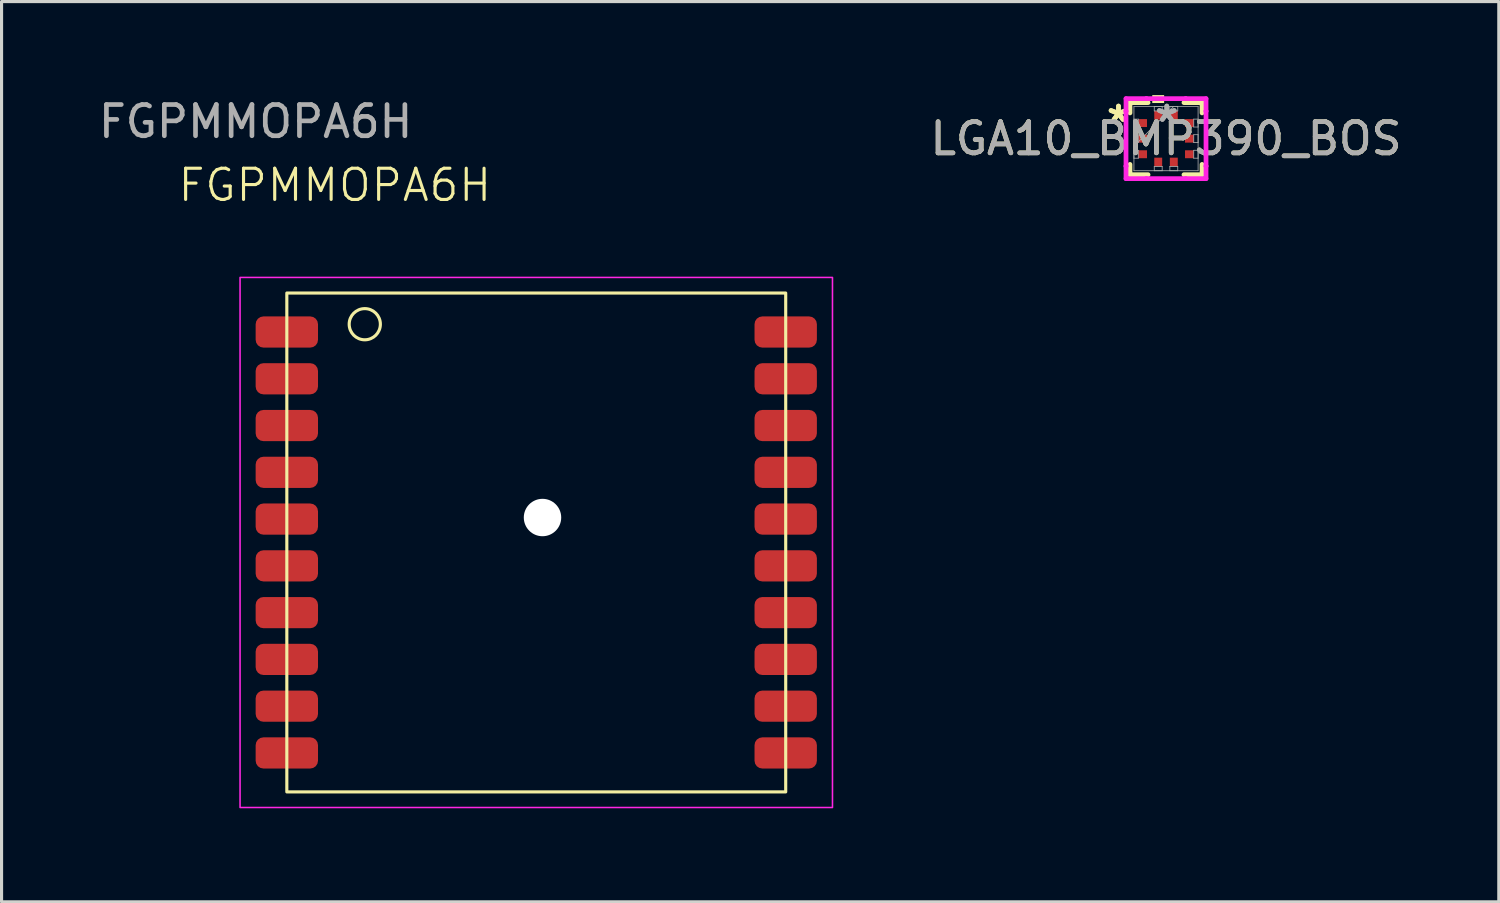
<source format=kicad_pcb>
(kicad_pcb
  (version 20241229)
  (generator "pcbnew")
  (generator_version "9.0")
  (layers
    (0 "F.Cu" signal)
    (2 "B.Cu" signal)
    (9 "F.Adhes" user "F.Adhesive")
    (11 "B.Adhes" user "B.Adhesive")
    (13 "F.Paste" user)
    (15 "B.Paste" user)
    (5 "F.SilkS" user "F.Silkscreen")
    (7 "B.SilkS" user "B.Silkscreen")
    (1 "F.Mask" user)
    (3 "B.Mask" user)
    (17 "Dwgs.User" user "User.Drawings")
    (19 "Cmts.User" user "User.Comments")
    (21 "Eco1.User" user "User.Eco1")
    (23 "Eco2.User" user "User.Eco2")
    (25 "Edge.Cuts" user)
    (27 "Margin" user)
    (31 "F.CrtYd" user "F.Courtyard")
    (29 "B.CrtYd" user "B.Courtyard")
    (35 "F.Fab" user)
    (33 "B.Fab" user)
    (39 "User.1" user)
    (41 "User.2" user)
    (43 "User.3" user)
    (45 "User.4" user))
  (footprint "FGPMMOPA6H"
    (layer "F.Cu")
    (at 6.149 6.348)
    (property "Reference" "FGPMMOPA6H" (at 1.54 -3.46 0) (unlocked yes) (layer "F.SilkS") (effects (font (size 1 1) (thickness 0.1))))
    (attr smd)
    (fp_rect (start 0 0) (end 16 16) (stroke (width 0.1) (type default)) (fill no) (layer "F.SilkS"))
    (fp_circle (center 2.5 1) (end 3 1) (stroke (width 0.1) (type default)) (fill no) (layer "F.SilkS"))
    (fp_rect (start -1.5 -0.5) (end 17.5 16.5) (stroke (width 0.05) (type default)) (fill no) (layer "F.CrtYd"))
    (fp_text user "${REFERENCE}" (at -1 -5.5 0) (unlocked yes) (layer "F.Fab") (effects (font (size 1 1) (thickness 0.15))))
    (pad "" np_thru_hole circle (at 8.2 7.2) (size 1.2 1.2) (drill 1.2) (layers "*.Cu" "*.Mask"))
    (pad "1" smd roundrect (at 0 1.25) (size 2 1) (layers "F.Cu" "F.Mask" "F.Paste") (roundrect_rratio 0.25))
    (pad "2" smd roundrect (at 0 2.75) (size 2 1) (layers "F.Cu" "F.Mask" "F.Paste") (roundrect_rratio 0.25))
    (pad "3" smd roundrect (at 0 4.25) (size 2 1) (layers "F.Cu" "F.Mask" "F.Paste") (roundrect_rratio 0.25))
    (pad "4" smd roundrect (at 0 5.75) (size 2 1) (layers "F.Cu" "F.Mask" "F.Paste") (roundrect_rratio 0.25))
    (pad "5" smd roundrect (at 0 7.25) (size 2 1) (layers "F.Cu" "F.Mask" "F.Paste") (roundrect_rratio 0.25))
    (pad "6" smd roundrect (at 0 8.75) (size 2 1) (layers "F.Cu" "F.Mask" "F.Paste") (roundrect_rratio 0.25))
    (pad "7" smd roundrect (at 0 10.25) (size 2 1) (layers "F.Cu" "F.Mask" "F.Paste") (roundrect_rratio 0.25))
    (pad "8" smd roundrect (at 0 11.75) (size 2 1) (layers "F.Cu" "F.Mask" "F.Paste") (roundrect_rratio 0.25))
    (pad "9" smd roundrect (at 0 13.25) (size 2 1) (layers "F.Cu" "F.Mask" "F.Paste") (roundrect_rratio 0.25))
    (pad "10" smd roundrect (at 0 14.75) (size 2 1) (layers "F.Cu" "F.Mask" "F.Paste") (roundrect_rratio 0.25))
    (pad "11" smd roundrect (at 16 14.75) (size 2 1) (layers "F.Cu" "F.Mask" "F.Paste") (roundrect_rratio 0.25))
    (pad "12" smd roundrect (at 16 13.25) (size 2 1) (layers "F.Cu" "F.Mask" "F.Paste") (roundrect_rratio 0.25))
    (pad "13" smd roundrect (at 16 11.75) (size 2 1) (layers "F.Cu" "F.Mask" "F.Paste") (roundrect_rratio 0.25))
    (pad "14" smd roundrect (at 16 10.25) (size 2 1) (layers "F.Cu" "F.Mask" "F.Paste") (roundrect_rratio 0.25))
    (pad "15" smd roundrect (at 16 8.75) (size 2 1) (layers "F.Cu" "F.Mask" "F.Paste") (roundrect_rratio 0.25))
    (pad "16" smd roundrect (at 16 7.25) (size 2 1) (layers "F.Cu" "F.Mask" "F.Paste") (roundrect_rratio 0.25))
    (pad "17" smd roundrect (at 16 5.75) (size 2 1) (layers "F.Cu" "F.Mask" "F.Paste") (roundrect_rratio 0.25))
    (pad "18" smd roundrect (at 16 4.25) (size 2 1) (layers "F.Cu" "F.Mask" "F.Paste") (roundrect_rratio 0.25))
    (pad "19" smd roundrect (at 16 2.75) (size 2 1) (layers "F.Cu" "F.Mask" "F.Paste") (roundrect_rratio 0.25))
    (pad "20" smd roundrect (at 16 1.25) (size 2 1) (layers "F.Cu" "F.Mask" "F.Paste") (roundrect_rratio 0.25)))
  (footprint "LGA10_BMP390_BOS"
    (layer "F.Cu")
    (at 34.346 1.397)
    (property "Reference" "LGA10_BMP390_BOS" (at 0 0 0) (unlocked yes) (layer "F.SilkS") (effects (font (size 1 1) (thickness 0.15))))
    (attr smd)
    (fp_line (start -1.156 -1.156) (end -1.156 -0.826) (stroke (width 0.152) (type solid)) (layer "F.SilkS"))
    (fp_line (start -1.156 0.826) (end -1.156 1.156) (stroke (width 0.152) (type solid)) (layer "F.SilkS"))
    (fp_line (start -1.156 1.156) (end -0.576 1.156) (stroke (width 0.152) (type solid)) (layer "F.SilkS"))
    (fp_line (start -0.576 -1.156) (end -1.156 -1.156) (stroke (width 0.152) (type solid)) (layer "F.SilkS"))
    (fp_line (start 0.576 1.156) (end 1.156 1.156) (stroke (width 0.152) (type solid)) (layer "F.SilkS"))
    (fp_line (start 1.156 -1.156) (end 0.576 -1.156) (stroke (width 0.152) (type solid)) (layer "F.SilkS"))
    (fp_line (start 1.156 -0.826) (end 1.156 -1.156) (stroke (width 0.152) (type solid)) (layer "F.SilkS"))
    (fp_line (start 1.156 1.156) (end 1.156 0.826) (stroke (width 0.152) (type solid)) (layer "F.SilkS"))
    (fp_poly (pts (xy -0.441 -1.143) (xy -0.441 -1.397) (xy -0.06 -1.397) (xy -0.06 -1.143)) (stroke (width 0) (type solid)) (fill yes) (layer "F.SilkS"))
    (fp_line (start -1.283 -1.283) (end -0.631 -1.283) (stroke (width 0.152) (type solid)) (layer "F.CrtYd"))
    (fp_line (start -1.283 -0.881) (end -1.283 -1.283) (stroke (width 0.152) (type solid)) (layer "F.CrtYd"))
    (fp_line (start -1.283 -0.881) (end -1.283 -0.881) (stroke (width 0.152) (type solid)) (layer "F.CrtYd"))
    (fp_line (start -1.283 0.881) (end -1.283 -0.881) (stroke (width 0.152) (type solid)) (layer "F.CrtYd"))
    (fp_line (start -1.283 0.881) (end -1.283 0.881) (stroke (width 0.152) (type solid)) (layer "F.CrtYd"))
    (fp_line (start -1.283 1.283) (end -1.283 0.881) (stroke (width 0.152) (type solid)) (layer "F.CrtYd"))
    (fp_line (start -0.631 -1.283) (end -0.631 -1.283) (stroke (width 0.152) (type solid)) (layer "F.CrtYd"))
    (fp_line (start -0.631 -1.283) (end 0.631 -1.283) (stroke (width 0.152) (type solid)) (layer "F.CrtYd"))
    (fp_line (start -0.631 1.283) (end -1.283 1.283) (stroke (width 0.152) (type solid)) (layer "F.CrtYd"))
    (fp_line (start -0.631 1.283) (end -0.631 1.283) (stroke (width 0.152) (type solid)) (layer "F.CrtYd"))
    (fp_line (start 0.631 -1.283) (end 0.631 -1.283) (stroke (width 0.152) (type solid)) (layer "F.CrtYd"))
    (fp_line (start 0.631 -1.283) (end 1.283 -1.283) (stroke (width 0.152) (type solid)) (layer "F.CrtYd"))
    (fp_line (start 0.631 1.283) (end -0.631 1.283) (stroke (width 0.152) (type solid)) (layer "F.CrtYd"))
    (fp_line (start 0.631 1.283) (end 0.631 1.283) (stroke (width 0.152) (type solid)) (layer "F.CrtYd"))
    (fp_line (start 1.283 -1.283) (end 1.283 -0.881) (stroke (width 0.152) (type solid)) (layer "F.CrtYd"))
    (fp_line (start 1.283 -0.881) (end 1.283 -0.881) (stroke (width 0.152) (type solid)) (layer "F.CrtYd"))
    (fp_line (start 1.283 -0.881) (end 1.283 0.881) (stroke (width 0.152) (type solid)) (layer "F.CrtYd"))
    (fp_line (start 1.283 0.881) (end 1.283 0.881) (stroke (width 0.152) (type solid)) (layer "F.CrtYd"))
    (fp_line (start 1.283 0.881) (end 1.283 1.283) (stroke (width 0.152) (type solid)) (layer "F.CrtYd"))
    (fp_line (start 1.283 1.283) (end 0.631 1.283) (stroke (width 0.152) (type solid)) (layer "F.CrtYd"))
    (fp_line (start -1.029 -1.029) (end -1.029 1.029) (stroke (width 0.025) (type solid)) (layer "F.Fab"))
    (fp_line (start -1.029 -0.627) (end -0.889 -0.627) (stroke (width 0.025) (type solid)) (layer "F.Fab"))
    (fp_line (start -1.029 -0.373) (end -1.029 -0.627) (stroke (width 0.025) (type solid)) (layer "F.Fab"))
    (fp_line (start -1.029 -0.127) (end -0.889 -0.127) (stroke (width 0.025) (type solid)) (layer "F.Fab"))
    (fp_line (start -1.029 0.127) (end -1.029 -0.127) (stroke (width 0.025) (type solid)) (layer "F.Fab"))
    (fp_line (start -1.029 0.241) (end 0.241 -1.029) (stroke (width 0.025) (type solid)) (layer "F.Fab"))
    (fp_line (start -1.029 0.373) (end -0.889 0.373) (stroke (width 0.025) (type solid)) (layer "F.Fab"))
    (fp_line (start -1.029 0.627) (end -1.029 0.373) (stroke (width 0.025) (type solid)) (layer "F.Fab"))
    (fp_line (start -1.029 1.029) (end 1.029 1.029) (stroke (width 0.025) (type solid)) (layer "F.Fab"))
    (fp_line (start -0.889 -0.627) (end -0.889 -0.373) (stroke (width 0.025) (type solid)) (layer "F.Fab"))
    (fp_line (start -0.889 -0.373) (end -1.029 -0.373) (stroke (width 0.025) (type solid)) (layer "F.Fab"))
    (fp_line (start -0.889 -0.127) (end -0.889 0.127) (stroke (width 0.025) (type solid)) (layer "F.Fab"))
    (fp_line (start -0.889 0.127) (end -1.029 0.127) (stroke (width 0.025) (type solid)) (layer "F.Fab"))
    (fp_line (start -0.889 0.373) (end -0.889 0.627) (stroke (width 0.025) (type solid)) (layer "F.Fab"))
    (fp_line (start -0.889 0.627) (end -1.029 0.627) (stroke (width 0.025) (type solid)) (layer "F.Fab"))
    (fp_line (start -0.377 -1.029) (end -0.123 -1.029) (stroke (width 0.025) (type solid)) (layer "F.Fab"))
    (fp_line (start -0.377 -0.889) (end -0.377 -1.029) (stroke (width 0.025) (type solid)) (layer "F.Fab"))
    (fp_line (start -0.377 0.889) (end -0.123 0.889) (stroke (width 0.025) (type solid)) (layer "F.Fab"))
    (fp_line (start -0.377 1.029) (end -0.377 0.889) (stroke (width 0.025) (type solid)) (layer "F.Fab"))
    (fp_line (start -0.123 -1.029) (end -0.123 -0.889) (stroke (width 0.025) (type solid)) (layer "F.Fab"))
    (fp_line (start -0.123 -0.889) (end -0.377 -0.889) (stroke (width 0.025) (type solid)) (layer "F.Fab"))
    (fp_line (start -0.123 0.889) (end -0.123 1.029) (stroke (width 0.025) (type solid)) (layer "F.Fab"))
    (fp_line (start -0.123 1.029) (end -0.377 1.029) (stroke (width 0.025) (type solid)) (layer "F.Fab"))
    (fp_line (start 0.123 -1.029) (end 0.377 -1.029) (stroke (width 0.025) (type solid)) (layer "F.Fab"))
    (fp_line (start 0.123 -0.889) (end 0.123 -1.029) (stroke (width 0.025) (type solid)) (layer "F.Fab"))
    (fp_line (start 0.123 0.889) (end 0.377 0.889) (stroke (width 0.025) (type solid)) (layer "F.Fab"))
    (fp_line (start 0.123 1.029) (end 0.123 0.889) (stroke (width 0.025) (type solid)) (layer "F.Fab"))
    (fp_line (start 0.377 -1.029) (end 0.377 -0.889) (stroke (width 0.025) (type solid)) (layer "F.Fab"))
    (fp_line (start 0.377 -0.889) (end 0.123 -0.889) (stroke (width 0.025) (type solid)) (layer "F.Fab"))
    (fp_line (start 0.377 0.889) (end 0.377 1.029) (stroke (width 0.025) (type solid)) (layer "F.Fab"))
    (fp_line (start 0.377 1.029) (end 0.123 1.029) (stroke (width 0.025) (type solid)) (layer "F.Fab"))
    (fp_line (start 0.889 -0.627) (end 1.029 -0.627) (stroke (width 0.025) (type solid)) (layer "F.Fab"))
    (fp_line (start 0.889 -0.373) (end 0.889 -0.627) (stroke (width 0.025) (type solid)) (layer "F.Fab"))
    (fp_line (start 0.889 -0.127) (end 1.029 -0.127) (stroke (width 0.025) (type solid)) (layer "F.Fab"))
    (fp_line (start 0.889 0.127) (end 0.889 -0.127) (stroke (width 0.025) (type solid)) (layer "F.Fab"))
    (fp_line (start 0.889 0.373) (end 1.029 0.373) (stroke (width 0.025) (type solid)) (layer "F.Fab"))
    (fp_line (start 0.889 0.627) (end 0.889 0.373) (stroke (width 0.025) (type solid)) (layer "F.Fab"))
    (fp_line (start 1.029 -1.029) (end -1.029 -1.029) (stroke (width 0.025) (type solid)) (layer "F.Fab"))
    (fp_line (start 1.029 -0.627) (end 1.029 -0.373) (stroke (width 0.025) (type solid)) (layer "F.Fab"))
    (fp_line (start 1.029 -0.373) (end 0.889 -0.373) (stroke (width 0.025) (type solid)) (layer "F.Fab"))
    (fp_line (start 1.029 -0.127) (end 1.029 0.127) (stroke (width 0.025) (type solid)) (layer "F.Fab"))
    (fp_line (start 1.029 0.127) (end 0.889 0.127) (stroke (width 0.025) (type solid)) (layer "F.Fab"))
    (fp_line (start 1.029 0.373) (end 1.029 0.627) (stroke (width 0.025) (type solid)) (layer "F.Fab"))
    (fp_line (start 1.029 0.627) (end 0.889 0.627) (stroke (width 0.025) (type solid)) (layer "F.Fab"))
    (fp_line (start 1.029 1.029) (end 1.029 -1.029) (stroke (width 0.025) (type solid)) (layer "F.Fab"))
    (fp_text user "*" (at -1.524 -0.5 0) (unlocked yes) (layer "F.SilkS") (effects (font (size 1 1) (thickness 0.15))))
    (fp_text user "*" (at -1.524 -0.5 0) (layer "F.SilkS") (effects (font (size 1 1) (thickness 0.15))))
    (fp_text user "*" (at 0.025 -0.5 0) (layer "F.Fab") (effects (font (size 1 1) (thickness 0.15))))
    (fp_text user "${REFERENCE}" (at 0 0 0) (unlocked yes) (layer "F.Fab") (effects (font (size 1 1) (thickness 0.15))))
    (fp_text user "*" (at 0.025 -0.5 0) (unlocked yes) (layer "F.Fab") (effects (font (size 1 1) (thickness 0.15))))
    (pad "1" smd rect (at 0.25 -0.749) (size 0.254 0.279) (layers "F.Cu" "F.Mask" "F.Paste"))
    (pad "2" smd rect (at -0.25 -0.749) (size 0.254 0.279) (layers "F.Cu" "F.Mask" "F.Paste"))
    (pad "3" smd rect (at -0.749 -0.5 90) (size 0.254 0.279) (layers "F.Cu" "F.Mask" "F.Paste"))
    (pad "4" smd rect (at -0.749 0 90) (size 0.254 0.279) (layers "F.Cu" "F.Mask" "F.Paste"))
    (pad "5" smd rect (at -0.749 0.5 90) (size 0.254 0.279) (layers "F.Cu" "F.Mask" "F.Paste"))
    (pad "6" smd rect (at -0.25 0.749) (size 0.254 0.279) (layers "F.Cu" "F.Mask" "F.Paste"))
    (pad "7" smd rect (at 0.25 0.749) (size 0.254 0.279) (layers "F.Cu" "F.Mask" "F.Paste"))
    (pad "8" smd rect (at 0.749 0.5 90) (size 0.254 0.279) (layers "F.Cu" "F.Mask" "F.Paste"))
    (pad "9" smd rect (at 0.749 0 90) (size 0.254 0.279) (layers "F.Cu" "F.Mask" "F.Paste"))
    (pad "10" smd rect (at 0.749 -0.5 90) (size 0.254 0.279) (layers "F.Cu" "F.Mask" "F.Paste")))
  (gr_rect
    (start -3 -3)
    (end 45.019 25.873)
    (stroke (width 0.1) (type default))
    (fill no)
    (layer "Edge.Cuts")))
</source>
